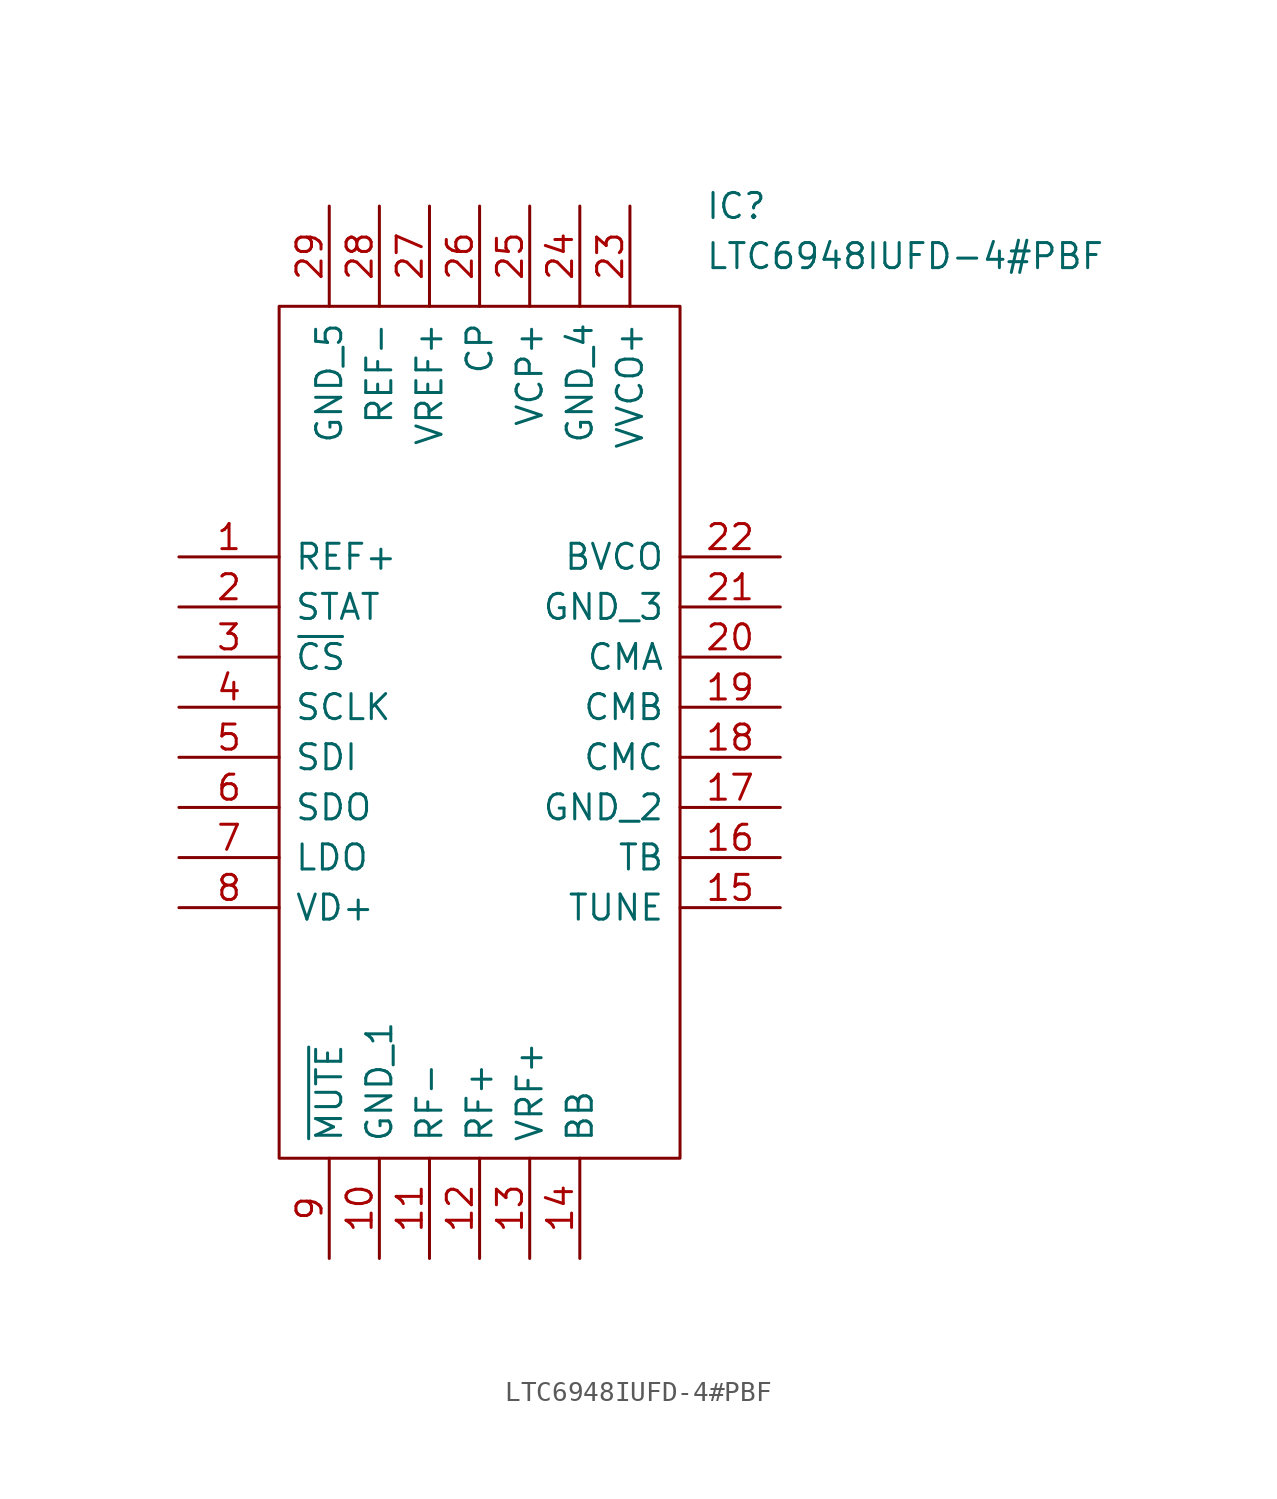
<source format=kicad_sym>
(kicad_symbol_lib
  (version 20211014)
  (generator kicad_symbol_editor)
  (symbol "LTC6948IUFD-4#PBF"
    (pin_names
      (offset 0.762))
    (property "Reference" "IC"
      (at 26.67 17.78 0)
      (effects (font (size 1.27 1.27)) (justify left)))
    (property "Value" "LTC6948IUFD-4#PBF"
      (at 26.67 15.24 0)
      (effects (font (size 1.27 1.27)) (justify left)))
    (symbol "LTC6948IUFD-4#PBF_0_0"
      (pin passive line (at 0 0 0) (length 5.08) (name "REF+" (effects (font (size 1.27 1.27)))) (number "1" (effects (font (size 1.27 1.27)))))
      (pin passive line (at 10.16 -35.56 90) (length 5.08) (name "GND_1" (effects (font (size 1.27 1.27)))) (number "10" (effects (font (size 1.27 1.27)))))
      (pin passive line (at 12.7 -35.56 90) (length 5.08) (name "RF-" (effects (font (size 1.27 1.27)))) (number "11" (effects (font (size 1.27 1.27)))))
      (pin passive line (at 15.24 -35.56 90) (length 5.08) (name "RF+" (effects (font (size 1.27 1.27)))) (number "12" (effects (font (size 1.27 1.27)))))
      (pin passive line (at 17.78 -35.56 90) (length 5.08) (name "VRF+" (effects (font (size 1.27 1.27)))) (number "13" (effects (font (size 1.27 1.27)))))
      (pin passive line (at 20.32 -35.56 90) (length 5.08) (name "BB" (effects (font (size 1.27 1.27)))) (number "14" (effects (font (size 1.27 1.27)))))
      (pin passive line (at 30.48 -17.78 180) (length 5.08) (name "TUNE" (effects (font (size 1.27 1.27)))) (number "15" (effects (font (size 1.27 1.27)))))
      (pin passive line (at 30.48 -15.24 180) (length 5.08) (name "TB" (effects (font (size 1.27 1.27)))) (number "16" (effects (font (size 1.27 1.27)))))
      (pin passive line (at 30.48 -12.7 180) (length 5.08) (name "GND_2" (effects (font (size 1.27 1.27)))) (number "17" (effects (font (size 1.27 1.27)))))
      (pin passive line (at 30.48 -10.16 180) (length 5.08) (name "CMC" (effects (font (size 1.27 1.27)))) (number "18" (effects (font (size 1.27 1.27)))))
      (pin passive line (at 30.48 -7.62 180) (length 5.08) (name "CMB" (effects (font (size 1.27 1.27)))) (number "19" (effects (font (size 1.27 1.27)))))
      (pin passive line (at 0 -2.54 0) (length 5.08) (name "STAT" (effects (font (size 1.27 1.27)))) (number "2" (effects (font (size 1.27 1.27)))))
      (pin passive line (at 30.48 -5.08 180) (length 5.08) (name "CMA" (effects (font (size 1.27 1.27)))) (number "20" (effects (font (size 1.27 1.27)))))
      (pin passive line (at 30.48 -2.54 180) (length 5.08) (name "GND_3" (effects (font (size 1.27 1.27)))) (number "21" (effects (font (size 1.27 1.27)))))
      (pin passive line (at 30.48 0 180) (length 5.08) (name "BVCO" (effects (font (size 1.27 1.27)))) (number "22" (effects (font (size 1.27 1.27)))))
      (pin passive line (at 22.86 17.78 270) (length 5.08) (name "VVCO+" (effects (font (size 1.27 1.27)))) (number "23" (effects (font (size 1.27 1.27)))))
      (pin passive line (at 20.32 17.78 270) (length 5.08) (name "GND_4" (effects (font (size 1.27 1.27)))) (number "24" (effects (font (size 1.27 1.27)))))
      (pin passive line (at 17.78 17.78 270) (length 5.08) (name "VCP+" (effects (font (size 1.27 1.27)))) (number "25" (effects (font (size 1.27 1.27)))))
      (pin passive line (at 15.24 17.78 270) (length 5.08) (name "CP" (effects (font (size 1.27 1.27)))) (number "26" (effects (font (size 1.27 1.27)))))
      (pin passive line (at 12.7 17.78 270) (length 5.08) (name "VREF+" (effects (font (size 1.27 1.27)))) (number "27" (effects (font (size 1.27 1.27)))))
      (pin passive line (at 10.16 17.78 270) (length 5.08) (name "REF-" (effects (font (size 1.27 1.27)))) (number "28" (effects (font (size 1.27 1.27)))))
      (pin passive line (at 7.62 17.78 270) (length 5.08) (name "GND_5" (effects (font (size 1.27 1.27)))) (number "29" (effects (font (size 1.27 1.27)))))
      (pin passive line (at 0 -5.08 0) (length 5.08) (name "~{CS}" (effects (font (size 1.27 1.27)))) (number "3" (effects (font (size 1.27 1.27)))))
      (pin passive line (at 0 -7.62 0) (length 5.08) (name "SCLK" (effects (font (size 1.27 1.27)))) (number "4" (effects (font (size 1.27 1.27)))))
      (pin passive line (at 0 -10.16 0) (length 5.08) (name "SDI" (effects (font (size 1.27 1.27)))) (number "5" (effects (font (size 1.27 1.27)))))
      (pin passive line (at 0 -12.7 0) (length 5.08) (name "SDO" (effects (font (size 1.27 1.27)))) (number "6" (effects (font (size 1.27 1.27)))))
      (pin passive line (at 0 -15.24 0) (length 5.08) (name "LDO" (effects (font (size 1.27 1.27)))) (number "7" (effects (font (size 1.27 1.27)))))
      (pin passive line (at 0 -17.78 0) (length 5.08) (name "VD+" (effects (font (size 1.27 1.27)))) (number "8" (effects (font (size 1.27 1.27)))))
      (pin passive line (at 7.62 -35.56 90) (length 5.08) (name "~{MUTE}" (effects (font (size 1.27 1.27)))) (number "9" (effects (font (size 1.27 1.27))))))
    (symbol "LTC6948IUFD-4#PBF_0_1"
      (polyline (pts (xy 5.08 12.7) (xy 25.4 12.7) (xy 25.4 -30.48) (xy 5.08 -30.48) (xy 5.08 12.7)) (stroke (width 0.152) (type default) (color 0 0 0 0)) (fill (type none))))))
</source>
